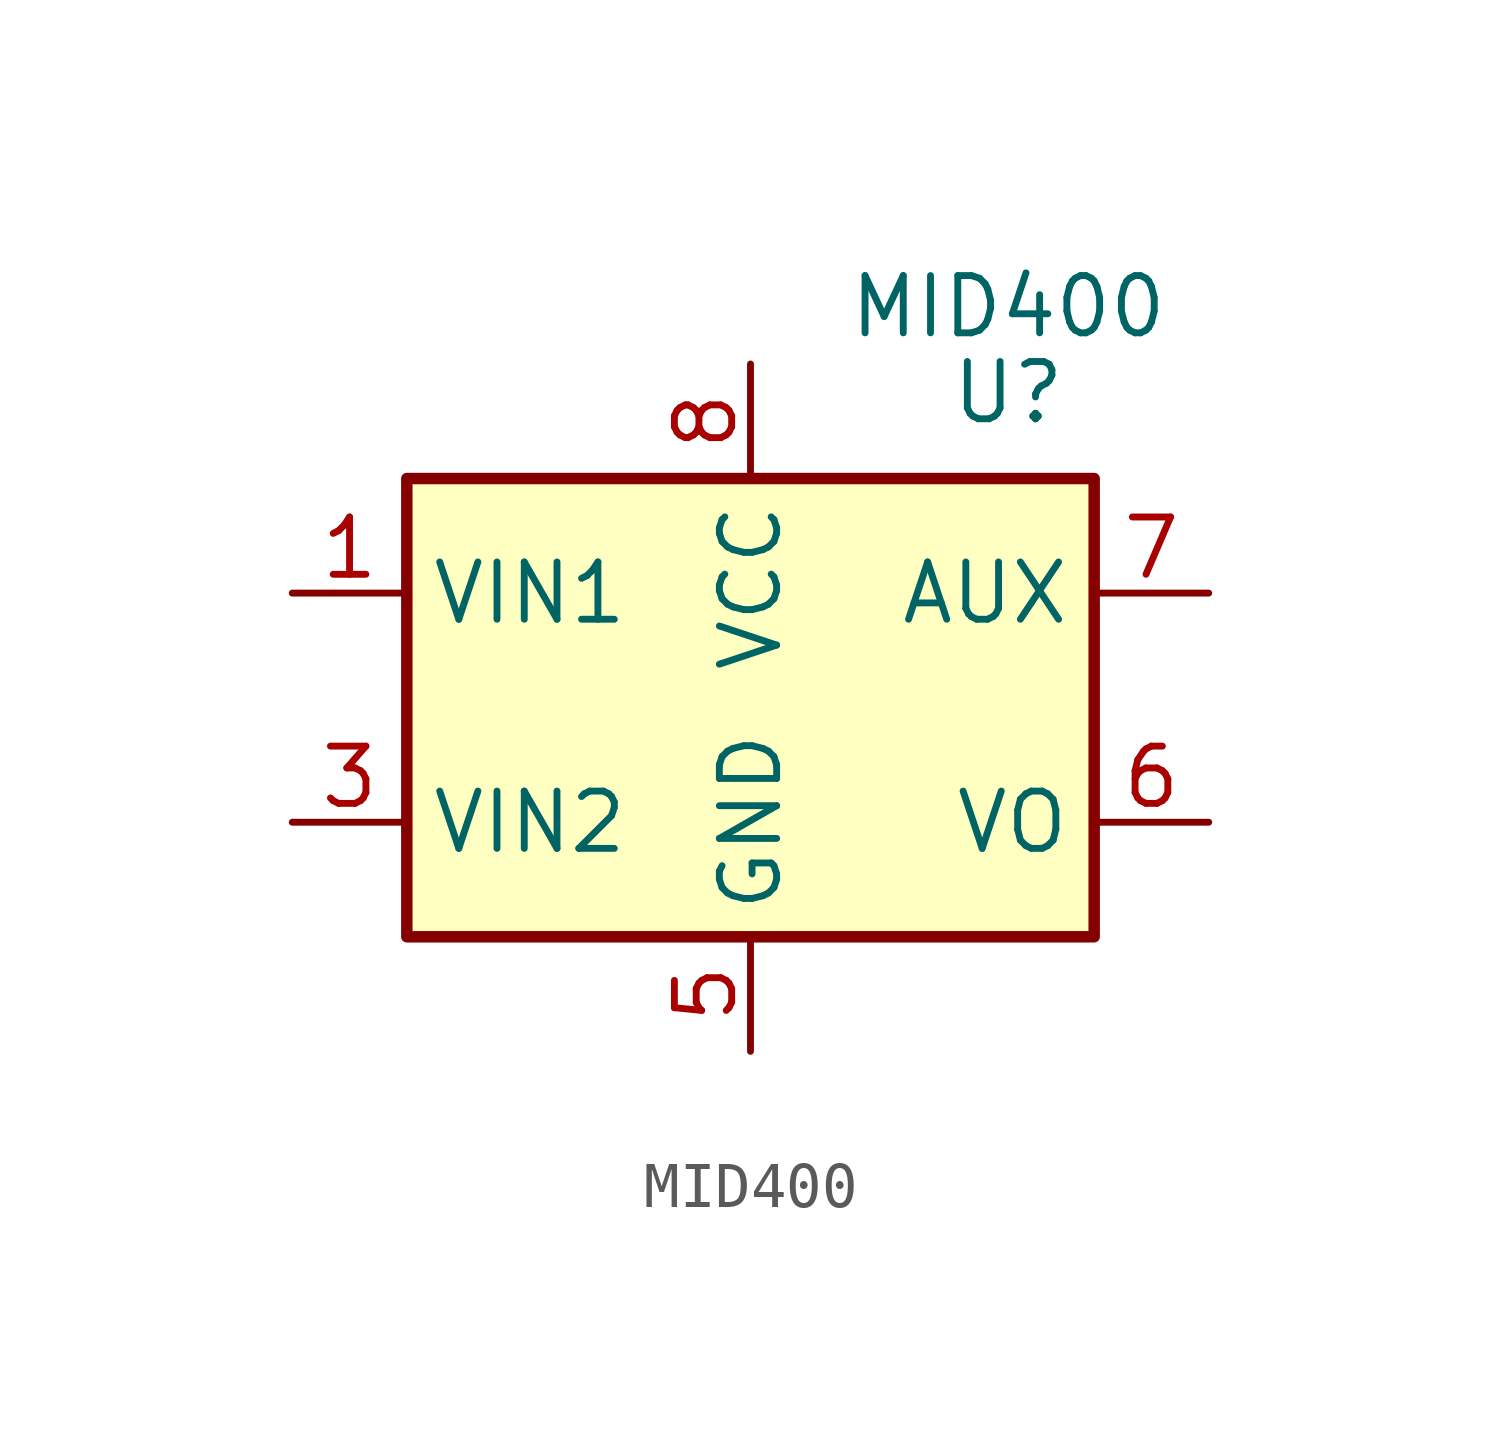
<source format=kicad_sym>
(kicad_symbol_lib
  (version 20201005)
  (generator kicad_symbol_editor)
  (symbol "Isolator:MID400"
    (property "Reference" "U"
      (at 5.715 6.985 0)
      (effects (font (size 1.27 1.27))))
    (property "Value" "MID400"
      (at 5.715 8.89 0)
      (effects (font (size 1.27 1.27))))
    (symbol "MID400_0_1"
      (rectangle (start -7.62 5.08) (end 7.62 -5.08) (stroke (width 0.254)) (fill (type background))))
    (symbol "MID400_1_1"
      (pin input line (at -10.16 2.54 0) (length 2.54) (name "VIN1" (effects (font (size 1.27 1.27)))) (number "1" (effects (font (size 1.27 1.27)))))
      (pin no_connect line (at -7.62 0 0) (length 2.54) hide (name "NC" (effects (font (size 1.27 1.27)))) (number "2" (effects (font (size 1.27 1.27)))))
      (pin input line (at -10.16 -2.54 0) (length 2.54) (name "VIN2" (effects (font (size 1.27 1.27)))) (number "3" (effects (font (size 1.27 1.27)))))
      (pin no_connect line (at 7.62 0 180) (length 2.54) hide (name "NC" (effects (font (size 1.27 1.27)))) (number "4" (effects (font (size 1.27 1.27)))))
      (pin power_in line (at 0 -7.62 90) (length 2.54) (name "GND" (effects (font (size 1.27 1.27)))) (number "5" (effects (font (size 1.27 1.27)))))
      (pin open_collector line (at 10.16 -2.54 180) (length 2.54) (name "VO" (effects (font (size 1.27 1.27)))) (number "6" (effects (font (size 1.27 1.27)))))
      (pin passive line (at 10.16 2.54 180) (length 2.54) (name "AUX" (effects (font (size 1.27 1.27)))) (number "7" (effects (font (size 1.27 1.27)))))
      (pin power_in line (at 0 7.62 270) (length 2.54) (name "VCC" (effects (font (size 1.27 1.27)))) (number "8" (effects (font (size 1.27 1.27))))))))
</source>
